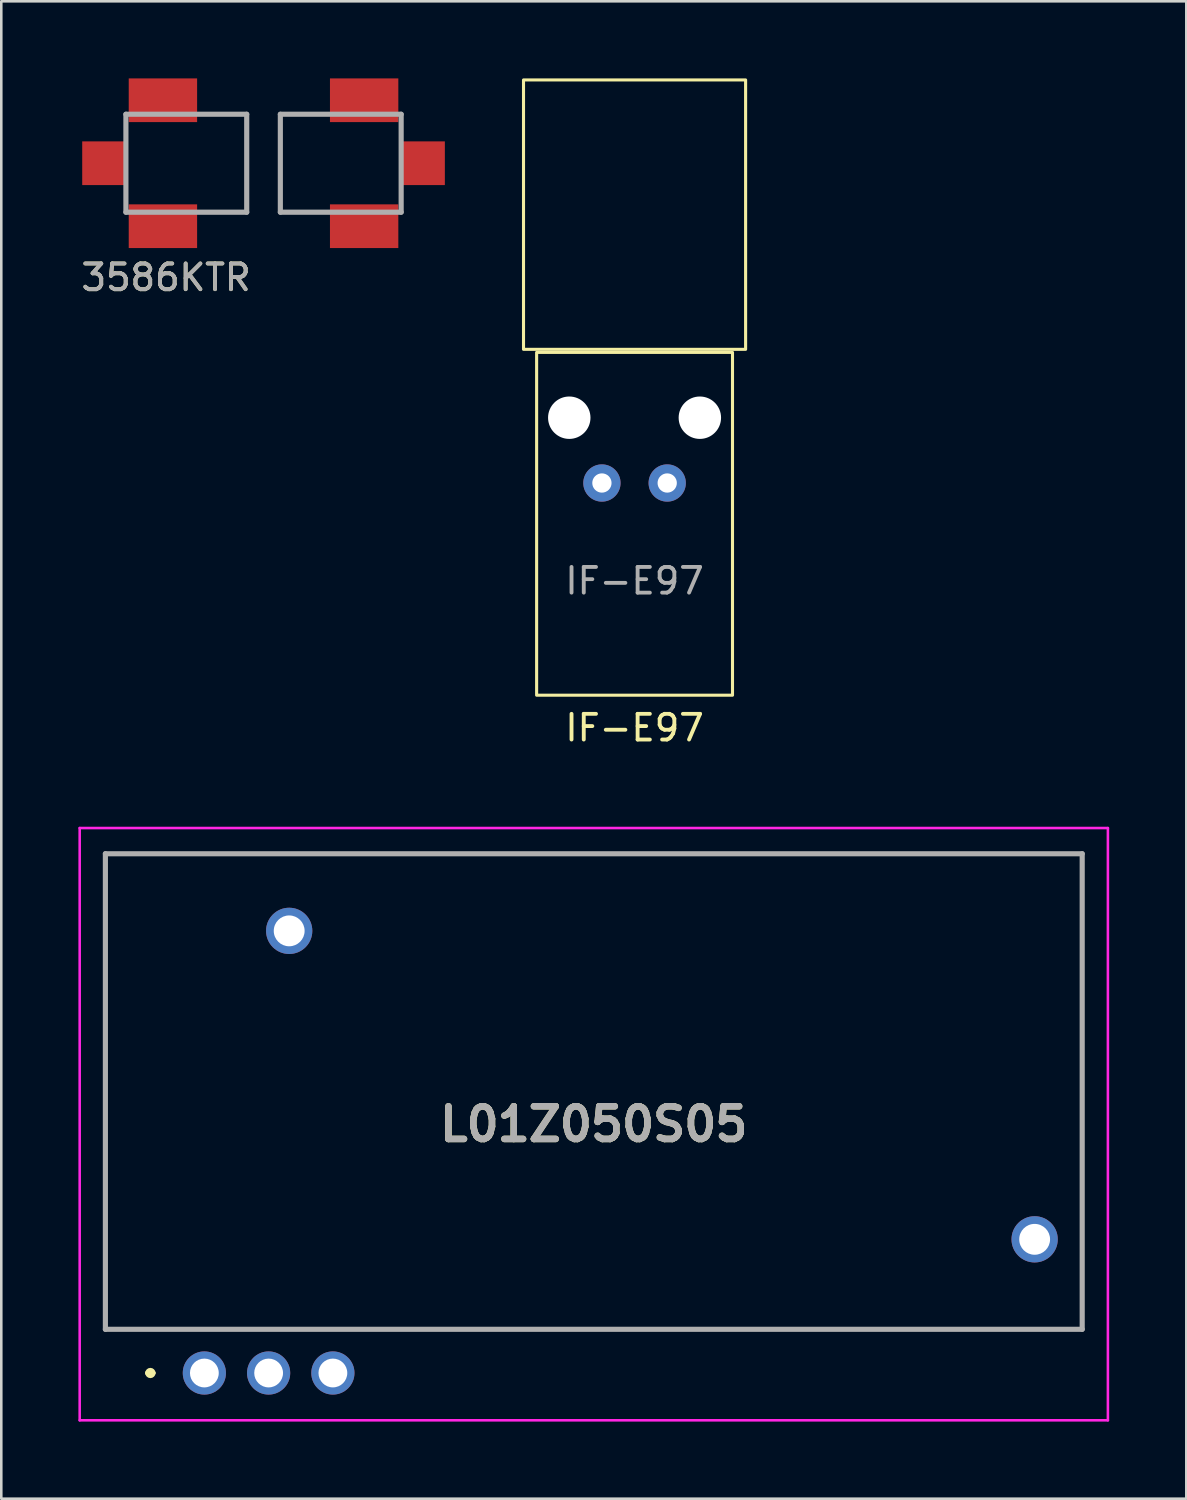
<source format=kicad_pcb>
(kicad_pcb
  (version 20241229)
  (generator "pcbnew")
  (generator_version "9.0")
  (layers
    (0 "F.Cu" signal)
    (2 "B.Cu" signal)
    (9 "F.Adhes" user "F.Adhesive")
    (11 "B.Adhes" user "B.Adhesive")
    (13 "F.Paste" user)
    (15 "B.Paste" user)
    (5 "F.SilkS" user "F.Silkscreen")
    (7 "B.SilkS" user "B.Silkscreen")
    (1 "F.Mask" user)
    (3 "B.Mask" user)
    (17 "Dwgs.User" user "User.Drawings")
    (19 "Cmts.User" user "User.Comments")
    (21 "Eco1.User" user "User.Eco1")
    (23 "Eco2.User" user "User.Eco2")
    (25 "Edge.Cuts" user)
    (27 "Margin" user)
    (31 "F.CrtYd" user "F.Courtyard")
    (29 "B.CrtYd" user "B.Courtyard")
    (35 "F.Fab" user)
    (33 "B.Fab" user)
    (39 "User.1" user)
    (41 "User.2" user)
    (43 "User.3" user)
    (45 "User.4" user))
  (footprint "3586KTR"
    (layer "F.Cu")
    (at 7.221 3.3)
    (property "Reference" "3586KTR" (at -3.81 4.445 0) (unlocked yes) (layer "F.SilkS") (effects (font (size 1 1) (thickness 0.15))))
    (attr smd)
    (fp_line (start -2.223 -1.905) (end -0.673 -1.905) (stroke (width 0.1) (type solid)) (layer "F.SilkS"))
    (fp_line (start -0.673 -1.905) (end -0.673 1.905) (stroke (width 0.1) (type solid)) (layer "F.SilkS"))
    (fp_line (start -0.673 1.905) (end -2.223 1.905) (stroke (width 0.1) (type solid)) (layer "F.SilkS"))
    (fp_line (start 0.635 -1.905) (end 2.185 -1.905) (stroke (width 0.1) (type solid)) (layer "F.SilkS"))
    (fp_line (start 0.635 1.905) (end 0.635 -1.905) (stroke (width 0.1) (type solid)) (layer "F.SilkS"))
    (fp_line (start 2.185 1.905) (end 0.635 1.905) (stroke (width 0.1) (type solid)) (layer "F.SilkS"))
    (fp_line (start -5.373 -1.905) (end -0.673 -1.905) (stroke (width 0.2) (type solid)) (layer "F.Fab"))
    (fp_line (start -5.373 1.905) (end -5.373 -1.905) (stroke (width 0.2) (type solid)) (layer "F.Fab"))
    (fp_line (start -0.673 -1.905) (end -0.673 1.905) (stroke (width 0.2) (type solid)) (layer "F.Fab"))
    (fp_line (start -0.673 1.905) (end -5.373 1.905) (stroke (width 0.2) (type solid)) (layer "F.Fab"))
    (fp_line (start 0.635 -1.905) (end 5.335 -1.905) (stroke (width 0.2) (type solid)) (layer "F.Fab"))
    (fp_line (start 0.635 1.905) (end 0.635 -1.905) (stroke (width 0.2) (type solid)) (layer "F.Fab"))
    (fp_line (start 5.335 -1.905) (end 5.335 1.905) (stroke (width 0.2) (type solid)) (layer "F.Fab"))
    (fp_line (start 5.335 1.905) (end 0.635 1.905) (stroke (width 0.2) (type solid)) (layer "F.Fab"))
    (fp_text user "${REFERENCE}" (at -3.81 4.445 0) (unlocked yes) (layer "F.Fab") (effects (font (size 1 1) (thickness 0.15))))
    (pad "1" smd rect (at -6.223 0 90) (size 1.7 1.7) (layers "F.Cu" "F.Mask" "F.Paste"))
    (pad "1" smd rect (at -3.933 -2.45 90) (size 1.7 2.66) (layers "F.Cu" "F.Mask" "F.Paste"))
    (pad "1" smd rect (at -3.933 2.45 90) (size 1.7 2.66) (layers "F.Cu" "F.Mask" "F.Paste"))
    (pad "2" smd rect (at 3.895 -2.45 270) (size 1.7 2.66) (layers "F.Cu" "F.Mask" "F.Paste"))
    (pad "2" smd rect (at 3.895 2.45 270) (size 1.7 2.66) (layers "F.Cu" "F.Mask" "F.Paste"))
    (pad "2" smd rect (at 6.185 0 270) (size 1.7 1.7) (layers "F.Cu" "F.Mask" "F.Paste")))
  (footprint "L01Z050S05"
    (layer "F.Cu")
    (at 4.9 50.363)
    (property "Reference" "L01Z050S05" (at 15.15 -9.68 0) (layer "F.SilkS") (effects (font (size 1.27 1.27) (thickness 0.254))))
    (attr through_hole)
    (fp_line (start -3.85 -20.2) (end 34.15 -20.2) (stroke (width 0.1) (type solid)) (layer "F.SilkS"))
    (fp_line (start -3.85 -1.7) (end -3.85 -20.2) (stroke (width 0.1) (type solid)) (layer "F.SilkS"))
    (fp_line (start -2.2 0) (end -2.2 0) (stroke (width 0.2) (type solid)) (layer "F.SilkS"))
    (fp_line (start -2 0) (end -2 0) (stroke (width 0.2) (type solid)) (layer "F.SilkS"))
    (fp_line (start 34.15 -20.2) (end 34.15 -1.7) (stroke (width 0.1) (type solid)) (layer "F.SilkS"))
    (fp_line (start 34.15 -1.7) (end -3.85 -1.7) (stroke (width 0.1) (type solid)) (layer "F.SilkS"))
    (fp_arc (start -2.2 0) (mid -2.1 -0.1) (end -2 0) (stroke (width 0.2) (type solid)) (layer "F.SilkS"))
    (fp_arc (start -2 0) (mid -2.1 0.1) (end -2.2 0) (stroke (width 0.2) (type solid)) (layer "F.SilkS"))
    (fp_line (start -4.85 -21.2) (end 35.15 -21.2) (stroke (width 0.1) (type solid)) (layer "F.CrtYd"))
    (fp_line (start -4.85 1.84) (end -4.85 -21.2) (stroke (width 0.1) (type solid)) (layer "F.CrtYd"))
    (fp_line (start 35.15 -21.2) (end 35.15 1.84) (stroke (width 0.1) (type solid)) (layer "F.CrtYd"))
    (fp_line (start 35.15 1.84) (end -4.85 1.84) (stroke (width 0.1) (type solid)) (layer "F.CrtYd"))
    (fp_line (start -3.85 -20.2) (end 34.15 -20.2) (stroke (width 0.2) (type solid)) (layer "F.Fab"))
    (fp_line (start -3.85 -1.7) (end -3.85 -20.2) (stroke (width 0.2) (type solid)) (layer "F.Fab"))
    (fp_line (start 34.15 -20.2) (end 34.15 -1.7) (stroke (width 0.2) (type solid)) (layer "F.Fab"))
    (fp_line (start 34.15 -1.7) (end -3.85 -1.7) (stroke (width 0.2) (type solid)) (layer "F.Fab"))
    (fp_text user "${REFERENCE}" (at 15.15 -9.68 0) (layer "F.Fab") (effects (font (size 1.27 1.27) (thickness 0.254))))
    (pad "1" thru_hole circle (at 0 0) (size 1.68 1.68) (drill 1.12) (layers "*.Cu" "*.Mask"))
    (pad "2" thru_hole circle (at 2.5 0) (size 1.68 1.68) (drill 1.12) (layers "*.Cu" "*.Mask"))
    (pad "3" thru_hole circle (at 5 0) (size 1.68 1.68) (drill 1.12) (layers "*.Cu" "*.Mask"))
    (pad "MH1" thru_hole circle (at 3.3 -17.2) (size 1.8 1.8) (drill 1.2) (layers "*.Cu" "*.Mask"))
    (pad "MH2" thru_hole circle (at 32.3 -5.2) (size 1.8 1.8) (drill 1.2) (layers "*.Cu" "*.Mask")))
  (footprint "IF-E97"
    (layer "F.Cu")
    (at 21.636 15.74)
    (property "Reference" "IF-E97" (at 0 9.525 0) (unlocked yes) (layer "F.SilkS") (effects (font (size 1 1) (thickness 0.15))))
    (attr smd)
    (fp_rect (start -3.81 -5.08) (end 3.81 8.255) (stroke (width 0.12) (type solid)) (fill no) (layer "F.SilkS"))
    (fp_rect (start 4.32 -15.68) (end -4.32 -5.2) (stroke (width 0.12) (type solid)) (fill no) (layer "F.SilkS"))
    (fp_text user "${REFERENCE}" (at 0 3.81 0) (unlocked yes) (layer "F.Fab") (effects (font (size 1 1) (thickness 0.15))))
    (pad "" np_thru_hole circle (at -2.54 -2.54) (size 1.65 1.65) (drill 1.65) (layers "*.Cu" "*.Mask"))
    (pad "" np_thru_hole circle (at 2.54 -2.54) (size 1.65 1.65) (drill 1.65) (layers "*.Cu" "*.Mask"))
    (pad "1" thru_hole circle (at -1.27 0) (size 1.45 1.45) (drill 0.75) (layers "*.Cu" "*.Mask"))
    (pad "2" thru_hole circle (at 1.27 0) (size 1.45 1.45) (drill 0.75) (layers "*.Cu" "*.Mask")))
  (gr_rect
    (start -3 -3)
    (end 43.1 55.253)
    (stroke (width 0.1) (type default))
    (fill no)
    (layer "Edge.Cuts")))
</source>
